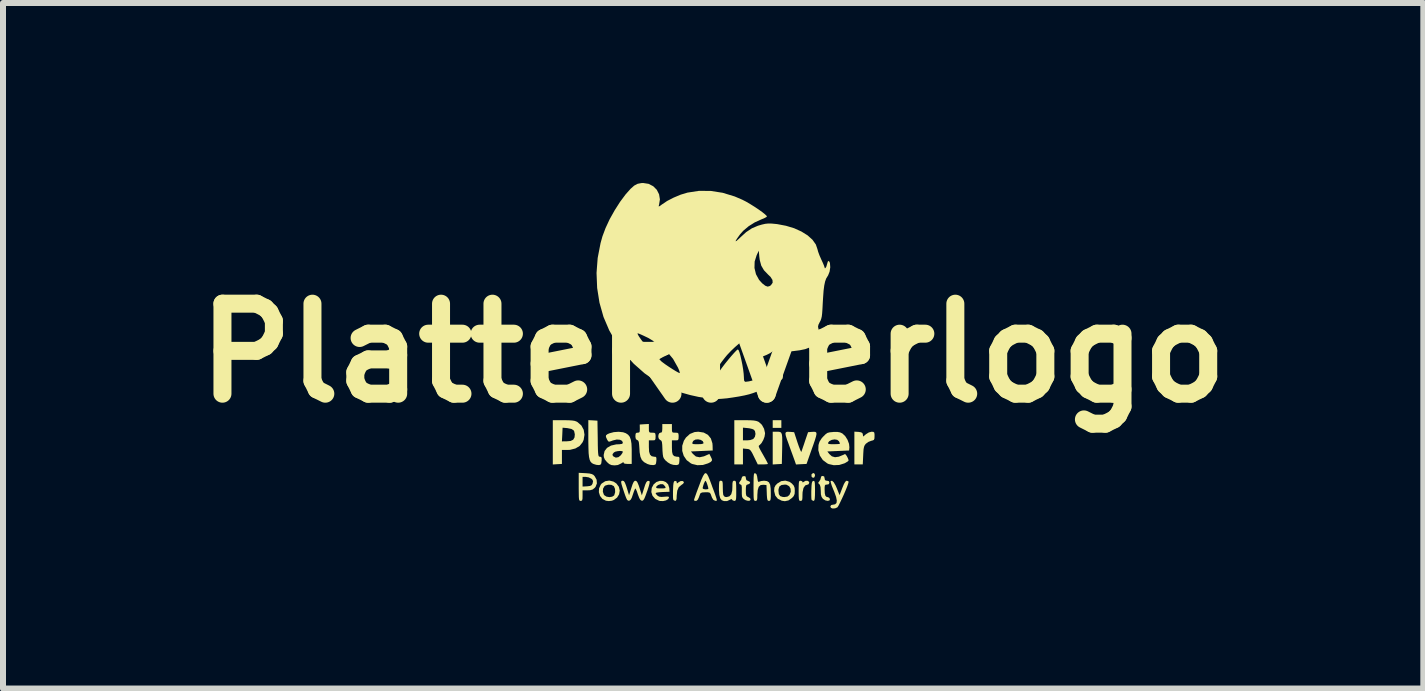
<source format=kicad_pcb>
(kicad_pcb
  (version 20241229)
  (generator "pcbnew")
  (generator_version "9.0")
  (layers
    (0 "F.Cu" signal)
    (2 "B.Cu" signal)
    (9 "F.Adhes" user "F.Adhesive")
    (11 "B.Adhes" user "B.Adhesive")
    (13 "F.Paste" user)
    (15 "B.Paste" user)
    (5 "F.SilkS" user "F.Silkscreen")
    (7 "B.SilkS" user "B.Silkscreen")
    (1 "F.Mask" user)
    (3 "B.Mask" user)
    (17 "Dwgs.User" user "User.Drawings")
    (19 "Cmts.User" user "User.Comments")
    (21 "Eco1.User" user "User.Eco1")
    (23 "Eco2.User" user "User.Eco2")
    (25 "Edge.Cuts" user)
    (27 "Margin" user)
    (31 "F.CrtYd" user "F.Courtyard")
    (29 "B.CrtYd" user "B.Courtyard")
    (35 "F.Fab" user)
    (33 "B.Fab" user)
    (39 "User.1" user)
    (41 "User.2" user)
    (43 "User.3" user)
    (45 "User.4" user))
  (footprint "PlatteRiverlogo"
    (layer "F.Cu")
    (at 8.836 2.833)
    (property "Reference" "PlatteRiverlogo" (at 0 0 0) (layer "F.SilkS") (effects (font (size 1.5 1.5) (thickness 0.3))))
    (attr board_only exclude_from_pos_files exclude_from_bom)
    (fp_poly (pts (xy 1.136 1.184) (xy 1.136 1.248) (xy 1.064 1.248) (xy 0.992 1.248) (xy 0.992 1.184) (xy 0.992 1.12) (xy 1.064 1.12) (xy 1.136 1.12)) (stroke (width 0) (type solid)) (fill yes) (layer "F.SilkS"))
    (fp_poly (pts (xy 1.692 2.015) (xy 1.697 2.041) (xy 1.687 2.071) (xy 1.665 2.081) (xy 1.644 2.067) (xy 1.639 2.057) (xy 1.638 2.023) (xy 1.661 2.003) (xy 1.673 2.001)) (stroke (width 0) (type solid)) (fill yes) (layer "F.SilkS"))
    (fp_poly (pts (xy 1.096 1.313) (xy 1.119 1.318) (xy 1.135 1.332) (xy 1.145 1.359) (xy 1.15 1.403) (xy 1.151 1.468) (xy 1.15 1.559) (xy 1.149 1.617) (xy 1.144 1.849) (xy 1.068 1.853) (xy 0.992 1.858) (xy 0.992 1.585) (xy 0.992 1.312) (xy 1.064 1.312)) (stroke (width 0) (type solid)) (fill yes) (layer "F.SilkS"))
    (fp_poly (pts (xy 1.681 2.132) (xy 1.689 2.143) (xy 1.694 2.169) (xy 1.696 2.217) (xy 1.697 2.29) (xy 1.697 2.296) (xy 1.696 2.372) (xy 1.693 2.422) (xy 1.688 2.451) (xy 1.679 2.463) (xy 1.672 2.465) (xy 1.645 2.453) (xy 1.639 2.444) (xy 1.636 2.419) (xy 1.635 2.371) (xy 1.635 2.308) (xy 1.636 2.28) (xy 1.639 2.21) (xy 1.644 2.167) (xy 1.652 2.143) (xy 1.664 2.133) (xy 1.669 2.132)) (stroke (width 0) (type solid)) (fill yes) (layer "F.SilkS"))
    (fp_poly (pts (xy -0.612 2.138) (xy -0.608 2.154) (xy -0.606 2.172) (xy -0.595 2.169) (xy -0.577 2.154) (xy -0.544 2.135) (xy -0.511 2.133) (xy -0.491 2.147) (xy -0.488 2.157) (xy -0.501 2.179) (xy -0.528 2.198) (xy -0.573 2.235) (xy -0.599 2.295) (xy -0.608 2.379) (xy -0.608 2.381) (xy -0.61 2.432) (xy -0.619 2.458) (xy -0.633 2.465) (xy -0.659 2.453) (xy -0.665 2.444) (xy -0.669 2.419) (xy -0.67 2.371) (xy -0.67 2.308) (xy -0.669 2.28) (xy -0.666 2.21) (xy -0.661 2.167) (xy -0.653 2.143) (xy -0.641 2.133) (xy -0.636 2.132)) (stroke (width 0) (type solid)) (fill yes) (layer "F.SilkS"))
    (fp_poly (pts (xy 2.421 1.315) (xy 2.465 1.322) (xy 2.487 1.335) (xy 2.494 1.357) (xy 2.499 1.393) (xy 2.547 1.353) (xy 2.594 1.324) (xy 2.64 1.312) (xy 2.642 1.312) (xy 2.671 1.315) (xy 2.685 1.327) (xy 2.689 1.359) (xy 2.689 1.383) (xy 2.687 1.427) (xy 2.677 1.449) (xy 2.653 1.459) (xy 2.635 1.463) (xy 2.586 1.482) (xy 2.544 1.513) (xy 2.526 1.536) (xy 2.514 1.564) (xy 2.506 1.605) (xy 2.502 1.665) (xy 2.5 1.705) (xy 2.493 1.857) (xy 2.423 1.857) (xy 2.353 1.857) (xy 2.353 1.584) (xy 2.353 1.311)) (stroke (width 0) (type solid)) (fill yes) (layer "F.SilkS"))
    (fp_poly (pts (xy -2.005 1.123) (xy -1.929 1.128) (xy -1.924 1.428) (xy -1.923 1.533) (xy -1.921 1.61) (xy -1.918 1.664) (xy -1.914 1.698) (xy -1.909 1.718) (xy -1.901 1.726) (xy -1.89 1.729) (xy -1.887 1.729) (xy -1.867 1.733) (xy -1.859 1.751) (xy -1.859 1.791) (xy -1.86 1.797) (xy -1.865 1.84) (xy -1.878 1.861) (xy -1.902 1.868) (xy -1.905 1.868) (xy -1.948 1.864) (xy -1.994 1.85) (xy -2.022 1.835) (xy -2.043 1.813) (xy -2.058 1.781) (xy -2.069 1.734) (xy -2.076 1.669) (xy -2.079 1.582) (xy -2.081 1.468) (xy -2.081 1.421) (xy -2.081 1.119)) (stroke (width 0) (type solid)) (fill yes) (layer "F.SilkS"))
    (fp_poly (pts (xy 1.482 2.137) (xy 1.488 2.148) (xy 1.493 2.159) (xy 1.508 2.148) (xy 1.54 2.13) (xy 1.573 2.13) (xy 1.597 2.146) (xy 1.601 2.161) (xy 1.59 2.187) (xy 1.576 2.193) (xy 1.534 2.207) (xy 1.505 2.249) (xy 1.49 2.318) (xy 1.488 2.361) (xy 1.487 2.417) (xy 1.483 2.448) (xy 1.473 2.462) (xy 1.456 2.465) (xy 1.442 2.463) (xy 1.433 2.453) (xy 1.428 2.429) (xy 1.425 2.386) (xy 1.424 2.318) (xy 1.424 2.297) (xy 1.425 2.222) (xy 1.427 2.173) (xy 1.431 2.145) (xy 1.439 2.132) (xy 1.452 2.129) (xy 1.456 2.129)) (stroke (width 0) (type solid)) (fill yes) (layer "F.SilkS"))
    (fp_poly (pts (xy 1.703 1.315) (xy 1.718 1.326) (xy 1.722 1.349) (xy 1.714 1.39) (xy 1.696 1.45) (xy 1.667 1.535) (xy 1.648 1.587) (xy 1.556 1.849) (xy 1.468 1.853) (xy 1.38 1.858) (xy 1.356 1.789) (xy 1.341 1.748) (xy 1.318 1.684) (xy 1.29 1.608) (xy 1.261 1.527) (xy 1.26 1.523) (xy 1.229 1.439) (xy 1.21 1.38) (xy 1.204 1.342) (xy 1.211 1.322) (xy 1.231 1.313) (xy 1.266 1.314) (xy 1.289 1.315) (xy 1.349 1.32) (xy 1.406 1.495) (xy 1.429 1.561) (xy 1.449 1.612) (xy 1.463 1.642) (xy 1.47 1.647) (xy 1.478 1.623) (xy 1.494 1.576) (xy 1.515 1.515) (xy 1.529 1.472) (xy 1.581 1.32) (xy 1.64 1.315) (xy 1.678 1.313)) (stroke (width 0) (type solid)) (fill yes) (layer "F.SilkS"))
    (fp_poly (pts (xy 1.85 2.058) (xy 1.857 2.089) (xy 1.863 2.119) (xy 1.889 2.129) (xy 1.897 2.129) (xy 1.928 2.136) (xy 1.937 2.161) (xy 1.927 2.186) (xy 1.897 2.193) (xy 1.873 2.195) (xy 1.861 2.209) (xy 1.857 2.241) (xy 1.857 2.271) (xy 1.86 2.339) (xy 1.87 2.38) (xy 1.889 2.398) (xy 1.905 2.401) (xy 1.931 2.411) (xy 1.946 2.434) (xy 1.941 2.455) (xy 1.911 2.465) (xy 1.87 2.457) (xy 1.831 2.432) (xy 1.827 2.428) (xy 1.806 2.397) (xy 1.795 2.356) (xy 1.793 2.297) (xy 1.789 2.235) (xy 1.778 2.198) (xy 1.767 2.185) (xy 1.75 2.168) (xy 1.757 2.151) (xy 1.767 2.141) (xy 1.788 2.106) (xy 1.793 2.082) (xy 1.803 2.054) (xy 1.825 2.049)) (stroke (width 0) (type solid)) (fill yes) (layer "F.SilkS"))
    (fp_poly (pts (xy -2.493 1.12) (xy -2.41 1.121) (xy -2.351 1.125) (xy -2.31 1.131) (xy -2.279 1.142) (xy -2.261 1.152) (xy -2.197 1.208) (xy -2.158 1.28) (xy -2.145 1.362) (xy -2.159 1.448) (xy -2.176 1.487) (xy -2.225 1.549) (xy -2.296 1.591) (xy -2.386 1.614) (xy -2.434 1.616) (xy -2.521 1.616) (xy -2.521 1.733) (xy -2.521 1.849) (xy -2.597 1.853) (xy -2.673 1.858) (xy -2.673 1.489) (xy -2.673 1.473) (xy -2.521 1.473) (xy -2.442 1.472) (xy -2.376 1.466) (xy -2.334 1.446) (xy -2.311 1.407) (xy -2.306 1.355) (xy -2.317 1.304) (xy -2.326 1.289) (xy -2.362 1.266) (xy -2.426 1.253) (xy -2.429 1.252) (xy -2.51 1.245) (xy -2.515 1.359) (xy -2.521 1.473) (xy -2.673 1.473) (xy -2.673 1.12)) (stroke (width 0) (type solid)) (fill yes) (layer "F.SilkS"))
    (fp_poly (pts (xy -1.662 2.143) (xy -1.613 2.175) (xy -1.572 2.23) (xy -1.557 2.293) (xy -1.568 2.355) (xy -1.602 2.41) (xy -1.657 2.45) (xy -1.689 2.462) (xy -1.74 2.468) (xy -1.788 2.462) (xy -1.846 2.432) (xy -1.886 2.382) (xy -1.905 2.321) (xy -1.905 2.311) (xy -1.839 2.311) (xy -1.823 2.359) (xy -1.814 2.371) (xy -1.778 2.394) (xy -1.73 2.402) (xy -1.684 2.395) (xy -1.652 2.375) (xy -1.649 2.37) (xy -1.634 2.32) (xy -1.636 2.266) (xy -1.653 2.224) (xy -1.658 2.218) (xy -1.698 2.197) (xy -1.749 2.195) (xy -1.797 2.209) (xy -1.811 2.219) (xy -1.835 2.259) (xy -1.839 2.311) (xy -1.905 2.311) (xy -1.902 2.256) (xy -1.875 2.196) (xy -1.858 2.175) (xy -1.799 2.137) (xy -1.731 2.126)) (stroke (width 0) (type solid)) (fill yes) (layer "F.SilkS"))
    (fp_poly (pts (xy 2.252 2.138) (xy 2.257 2.149) (xy 2.25 2.176) (xy 2.233 2.225) (xy 2.208 2.287) (xy 2.178 2.357) (xy 2.146 2.427) (xy 2.116 2.49) (xy 2.091 2.54) (xy 2.073 2.569) (xy 2.069 2.573) (xy 2.033 2.589) (xy 1.992 2.592) (xy 1.963 2.582) (xy 1.963 2.582) (xy 1.952 2.555) (xy 1.967 2.534) (xy 1.991 2.529) (xy 2.031 2.522) (xy 2.055 2.5) (xy 2.06 2.459) (xy 2.048 2.398) (xy 2.018 2.314) (xy 1.999 2.269) (xy 1.976 2.211) (xy 1.962 2.165) (xy 1.957 2.137) (xy 1.958 2.134) (xy 1.981 2.129) (xy 2.009 2.155) (xy 2.04 2.208) (xy 2.063 2.261) (xy 2.106 2.369) (xy 2.152 2.249) (xy 2.179 2.184) (xy 2.201 2.146) (xy 2.22 2.13) (xy 2.227 2.129)) (stroke (width 0) (type solid)) (fill yes) (layer "F.SilkS"))
    (fp_poly (pts (xy 0.535 2.054) (xy 0.544 2.077) (xy 0.544 2.086) (xy 0.553 2.119) (xy 0.58 2.132) (xy 0.608 2.145) (xy 0.616 2.161) (xy 0.603 2.181) (xy 0.58 2.19) (xy 0.56 2.196) (xy 0.549 2.211) (xy 0.545 2.245) (xy 0.544 2.29) (xy 0.545 2.344) (xy 0.551 2.375) (xy 0.565 2.392) (xy 0.584 2.401) (xy 0.614 2.42) (xy 0.624 2.44) (xy 0.612 2.46) (xy 0.581 2.464) (xy 0.542 2.454) (xy 0.511 2.435) (xy 0.491 2.415) (xy 0.48 2.389) (xy 0.477 2.349) (xy 0.477 2.299) (xy 0.477 2.24) (xy 0.473 2.207) (xy 0.463 2.194) (xy 0.456 2.193) (xy 0.436 2.182) (xy 0.434 2.157) (xy 0.451 2.134) (xy 0.452 2.133) (xy 0.469 2.108) (xy 0.472 2.089) (xy 0.485 2.06) (xy 0.508 2.052)) (stroke (width 0) (type solid)) (fill yes) (layer "F.SilkS"))
    (fp_poly (pts (xy 1.27 2.146) (xy 1.311 2.175) (xy 1.343 2.211) (xy 1.357 2.248) (xy 1.36 2.297) (xy 1.357 2.349) (xy 1.341 2.386) (xy 1.313 2.416) (xy 1.255 2.457) (xy 1.195 2.47) (xy 1.143 2.462) (xy 1.078 2.43) (xy 1.035 2.377) (xy 1.017 2.306) (xy 1.016 2.294) (xy 1.016 2.294) (xy 1.088 2.294) (xy 1.094 2.352) (xy 1.116 2.385) (xy 1.158 2.399) (xy 1.187 2.401) (xy 1.237 2.393) (xy 1.269 2.368) (xy 1.271 2.365) (xy 1.293 2.313) (xy 1.29 2.262) (xy 1.266 2.22) (xy 1.223 2.196) (xy 1.198 2.193) (xy 1.139 2.2) (xy 1.104 2.224) (xy 1.089 2.27) (xy 1.088 2.294) (xy 1.016 2.294) (xy 1.02 2.243) (xy 1.038 2.207) (xy 1.069 2.175) (xy 1.133 2.136) (xy 1.203 2.127)) (stroke (width 0) (type solid)) (fill yes) (layer "F.SilkS"))
    (fp_poly (pts (xy -2.127 2.003) (xy -2.065 2.008) (xy -2.025 2.017) (xy -1.997 2.031) (xy -1.975 2.054) (xy -1.943 2.112) (xy -1.938 2.174) (xy -1.961 2.232) (xy -1.976 2.249) (xy -2.009 2.275) (xy -2.051 2.287) (xy -2.096 2.289) (xy -2.177 2.289) (xy -2.177 2.377) (xy -2.178 2.428) (xy -2.184 2.454) (xy -2.197 2.464) (xy -2.209 2.465) (xy -2.221 2.463) (xy -2.23 2.455) (xy -2.236 2.436) (xy -2.239 2.401) (xy -2.24 2.344) (xy -2.241 2.262) (xy -2.241 2.231) (xy -2.241 2.146) (xy -2.177 2.146) (xy -2.177 2.226) (xy -2.101 2.222) (xy -2.053 2.216) (xy -2.027 2.204) (xy -2.012 2.18) (xy -2.009 2.171) (xy -2.002 2.135) (xy -2.015 2.109) (xy -2.031 2.095) (xy -2.074 2.073) (xy -2.122 2.065) (xy -2.177 2.065) (xy -2.177 2.146) (xy -2.241 2.146) (xy -2.241 1.997)) (stroke (width 0) (type solid)) (fill yes) (layer "F.SilkS"))
    (fp_poly (pts (xy 0.366 2.131) (xy 0.376 2.141) (xy 0.381 2.165) (xy 0.383 2.208) (xy 0.384 2.276) (xy 0.384 2.297) (xy 0.384 2.372) (xy 0.382 2.421) (xy 0.377 2.448) (xy 0.369 2.461) (xy 0.356 2.465) (xy 0.353 2.465) (xy 0.325 2.456) (xy 0.316 2.445) (xy 0.304 2.433) (xy 0.287 2.442) (xy 0.231 2.468) (xy 0.18 2.468) (xy 0.142 2.453) (xy 0.117 2.42) (xy 0.102 2.364) (xy 0.096 2.282) (xy 0.096 2.261) (xy 0.097 2.196) (xy 0.1 2.157) (xy 0.106 2.136) (xy 0.118 2.129) (xy 0.128 2.129) (xy 0.145 2.132) (xy 0.155 2.145) (xy 0.159 2.177) (xy 0.16 2.233) (xy 0.16 2.239) (xy 0.162 2.313) (xy 0.167 2.361) (xy 0.18 2.387) (xy 0.202 2.399) (xy 0.225 2.401) (xy 0.27 2.389) (xy 0.301 2.354) (xy 0.317 2.293) (xy 0.32 2.229) (xy 0.321 2.174) (xy 0.326 2.144) (xy 0.337 2.131) (xy 0.352 2.129)) (stroke (width 0) (type solid)) (fill yes) (layer "F.SilkS"))
    (fp_poly (pts (xy -0.837 2.132) (xy -0.788 2.152) (xy -0.75 2.191) (xy -0.732 2.249) (xy -0.731 2.259) (xy -0.728 2.313) (xy -0.844 2.317) (xy -0.901 2.321) (xy -0.942 2.327) (xy -0.96 2.334) (xy -0.96 2.335) (xy -0.95 2.354) (xy -0.929 2.377) (xy -0.901 2.394) (xy -0.863 2.399) (xy -0.817 2.396) (xy -0.767 2.392) (xy -0.742 2.396) (xy -0.736 2.409) (xy -0.751 2.436) (xy -0.787 2.457) (xy -0.836 2.468) (xy -0.889 2.466) (xy -0.901 2.463) (xy -0.966 2.431) (xy -1.011 2.38) (xy -1.031 2.317) (xy -1.024 2.248) (xy -1.024 2.248) (xy -1.023 2.246) (xy -0.95 2.246) (xy -0.934 2.254) (xy -0.894 2.257) (xy -0.871 2.257) (xy -0.821 2.256) (xy -0.798 2.251) (xy -0.793 2.241) (xy -0.799 2.227) (xy -0.824 2.197) (xy -0.84 2.187) (xy -0.878 2.186) (xy -0.92 2.201) (xy -0.948 2.227) (xy -0.95 2.231) (xy -0.95 2.246) (xy -1.023 2.246) (xy -0.992 2.189) (xy -0.946 2.15) (xy -0.892 2.131)) (stroke (width 0) (type solid)) (fill yes) (layer "F.SilkS"))
    (fp_poly (pts (xy -0.158 1.326) (xy -0.088 1.364) (xy -0.039 1.424) (xy -0.013 1.505) (xy -0.01 1.542) (xy -0.008 1.625) (xy -0.19 1.633) (xy -0.371 1.641) (xy -0.337 1.683) (xy -0.288 1.725) (xy -0.227 1.738) (xy -0.154 1.722) (xy -0.137 1.715) (xy -0.064 1.682) (xy -0.04 1.729) (xy -0.021 1.77) (xy -0.022 1.796) (xy -0.044 1.818) (xy -0.085 1.839) (xy -0.171 1.866) (xy -0.263 1.87) (xy -0.348 1.85) (xy -0.371 1.84) (xy -0.442 1.786) (xy -0.491 1.714) (xy -0.516 1.632) (xy -0.516 1.546) (xy -0.5 1.498) (xy -0.348 1.498) (xy -0.346 1.512) (xy -0.324 1.519) (xy -0.278 1.52) (xy -0.256 1.52) (xy -0.197 1.518) (xy -0.167 1.51) (xy -0.16 1.5) (xy -0.174 1.469) (xy -0.208 1.448) (xy -0.252 1.439) (xy -0.296 1.443) (xy -0.329 1.462) (xy -0.336 1.471) (xy -0.348 1.498) (xy -0.5 1.498) (xy -0.489 1.463) (xy -0.454 1.409) (xy -0.388 1.349) (xy -0.311 1.318) (xy -0.248 1.312)) (stroke (width 0) (type solid)) (fill yes) (layer "F.SilkS"))
    (fp_poly (pts (xy 0.7 2.004) (xy 0.72 2.018) (xy 0.732 2.055) (xy 0.736 2.084) (xy 0.743 2.129) (xy 0.752 2.148) (xy 0.766 2.146) (xy 0.768 2.144) (xy 0.8 2.134) (xy 0.845 2.129) (xy 0.851 2.129) (xy 0.897 2.135) (xy 0.929 2.155) (xy 0.949 2.195) (xy 0.958 2.259) (xy 0.96 2.332) (xy 0.96 2.397) (xy 0.957 2.437) (xy 0.95 2.457) (xy 0.938 2.464) (xy 0.929 2.465) (xy 0.913 2.462) (xy 0.904 2.448) (xy 0.898 2.419) (xy 0.894 2.366) (xy 0.893 2.333) (xy 0.888 2.201) (xy 0.838 2.196) (xy 0.791 2.201) (xy 0.759 2.23) (xy 0.742 2.285) (xy 0.736 2.364) (xy 0.735 2.419) (xy 0.73 2.45) (xy 0.72 2.462) (xy 0.704 2.465) (xy 0.692 2.463) (xy 0.683 2.455) (xy 0.677 2.436) (xy 0.674 2.4) (xy 0.673 2.344) (xy 0.672 2.262) (xy 0.672 2.232) (xy 0.673 2.141) (xy 0.674 2.077) (xy 0.677 2.036) (xy 0.681 2.013) (xy 0.689 2.004) (xy 0.7 2.004)) (stroke (width 0) (type solid)) (fill yes) (layer "F.SilkS"))
    (fp_poly (pts (xy -1.072 1.256) (xy -1.071 1.3) (xy -1.063 1.321) (xy -1.042 1.328) (xy -1.016 1.328) (xy -0.98 1.33) (xy -0.965 1.342) (xy -0.96 1.374) (xy -0.96 1.392) (xy -0.962 1.433) (xy -0.972 1.452) (xy -1 1.456) (xy -1.016 1.456) (xy -1.072 1.456) (xy -1.072 1.567) (xy -1.068 1.644) (xy -1.053 1.693) (xy -1.026 1.72) (xy -0.984 1.729) (xy -0.982 1.729) (xy -0.957 1.731) (xy -0.947 1.746) (xy -0.946 1.78) (xy -0.947 1.797) (xy -0.953 1.84) (xy -0.964 1.86) (xy -0.99 1.867) (xy -1 1.868) (xy -1.051 1.864) (xy -1.096 1.85) (xy -1.152 1.819) (xy -1.19 1.781) (xy -1.213 1.728) (xy -1.226 1.654) (xy -1.229 1.602) (xy -1.234 1.532) (xy -1.239 1.489) (xy -1.247 1.465) (xy -1.26 1.453) (xy -1.266 1.451) (xy -1.288 1.436) (xy -1.296 1.4) (xy -1.296 1.386) (xy -1.293 1.347) (xy -1.281 1.331) (xy -1.259 1.328) (xy -1.235 1.325) (xy -1.225 1.309) (xy -1.223 1.271) (xy -1.223 1.26) (xy -1.224 1.192) (xy -1.148 1.187) (xy -1.072 1.183)) (stroke (width 0) (type solid)) (fill yes) (layer "F.SilkS"))
    (fp_poly (pts (xy -0.688 1.256) (xy -0.687 1.301) (xy -0.679 1.322) (xy -0.657 1.328) (xy -0.632 1.328) (xy -0.596 1.33) (xy -0.58 1.342) (xy -0.576 1.374) (xy -0.576 1.392) (xy -0.578 1.433) (xy -0.588 1.452) (xy -0.616 1.456) (xy -0.632 1.456) (xy -0.688 1.456) (xy -0.688 1.576) (xy -0.685 1.648) (xy -0.674 1.693) (xy -0.651 1.718) (xy -0.613 1.728) (xy -0.592 1.729) (xy -0.571 1.732) (xy -0.562 1.749) (xy -0.563 1.788) (xy -0.563 1.797) (xy -0.568 1.84) (xy -0.58 1.86) (xy -0.606 1.867) (xy -0.616 1.868) (xy -0.666 1.864) (xy -0.712 1.85) (xy -0.757 1.823) (xy -0.8 1.786) (xy -0.8 1.785) (xy -0.82 1.76) (xy -0.833 1.732) (xy -0.84 1.691) (xy -0.845 1.63) (xy -0.846 1.601) (xy -0.849 1.532) (xy -0.854 1.489) (xy -0.862 1.465) (xy -0.875 1.454) (xy -0.882 1.451) (xy -0.904 1.433) (xy -0.915 1.399) (xy -0.912 1.363) (xy -0.898 1.336) (xy -0.88 1.328) (xy -0.86 1.324) (xy -0.851 1.304) (xy -0.848 1.262) (xy -0.848 1.256) (xy -0.848 1.184) (xy -0.768 1.184) (xy -0.688 1.184)) (stroke (width 0) (type solid)) (fill yes) (layer "F.SilkS"))
    (fp_poly (pts (xy -1.278 2.136) (xy -1.261 2.16) (xy -1.242 2.206) (xy -1.227 2.251) (xy -1.189 2.373) (xy -1.154 2.26) (xy -1.132 2.192) (xy -1.113 2.151) (xy -1.093 2.132) (xy -1.071 2.132) (xy -1.066 2.134) (xy -1.058 2.145) (xy -1.061 2.172) (xy -1.073 2.22) (xy -1.096 2.292) (xy -1.101 2.304) (xy -1.127 2.377) (xy -1.146 2.424) (xy -1.162 2.45) (xy -1.176 2.461) (xy -1.19 2.462) (xy -1.212 2.45) (xy -1.231 2.419) (xy -1.253 2.363) (xy -1.255 2.357) (xy -1.272 2.306) (xy -1.288 2.27) (xy -1.297 2.257) (xy -1.306 2.271) (xy -1.321 2.307) (xy -1.338 2.357) (xy -1.358 2.415) (xy -1.377 2.447) (xy -1.397 2.461) (xy -1.402 2.462) (xy -1.419 2.46) (xy -1.434 2.448) (xy -1.449 2.419) (xy -1.469 2.367) (xy -1.486 2.317) (xy -1.512 2.238) (xy -1.528 2.185) (xy -1.534 2.153) (xy -1.531 2.136) (xy -1.519 2.129) (xy -1.506 2.129) (xy -1.488 2.136) (xy -1.472 2.16) (xy -1.453 2.207) (xy -1.439 2.25) (xy -1.402 2.371) (xy -1.364 2.25) (xy -1.343 2.186) (xy -1.325 2.148) (xy -1.308 2.131) (xy -1.296 2.129)) (stroke (width 0) (type solid)) (fill yes) (layer "F.SilkS"))
    (fp_poly (pts (xy -0.104 2.016) (xy -0.082 2.055) (xy -0.056 2.118) (xy -0.024 2.204) (xy -0.017 2.225) (xy 0.017 2.315) (xy 0.04 2.38) (xy 0.054 2.423) (xy 0.06 2.449) (xy 0.059 2.461) (xy 0.051 2.465) (xy 0.037 2.463) (xy 0.031 2.462) (xy 0.003 2.448) (xy -0.019 2.412) (xy -0.028 2.389) (xy -0.043 2.348) (xy -0.059 2.328) (xy -0.088 2.321) (xy -0.13 2.321) (xy -0.181 2.324) (xy -0.208 2.334) (xy -0.218 2.349) (xy -0.24 2.41) (xy -0.258 2.446) (xy -0.277 2.462) (xy -0.29 2.465) (xy -0.315 2.46) (xy -0.32 2.453) (xy -0.315 2.433) (xy -0.301 2.392) (xy -0.282 2.338) (xy -0.279 2.329) (xy -0.251 2.254) (xy -0.176 2.254) (xy -0.162 2.267) (xy -0.129 2.273) (xy -0.128 2.273) (xy -0.094 2.27) (xy -0.08 2.263) (xy -0.08 2.263) (xy -0.085 2.236) (xy -0.096 2.198) (xy -0.11 2.159) (xy -0.123 2.133) (xy -0.127 2.129) (xy -0.139 2.142) (xy -0.154 2.174) (xy -0.167 2.213) (xy -0.175 2.246) (xy -0.176 2.254) (xy -0.251 2.254) (xy -0.233 2.207) (xy -0.198 2.114) (xy -0.169 2.05) (xy -0.145 2.012) (xy -0.124 2.001)) (stroke (width 0) (type solid)) (fill yes) (layer "F.SilkS"))
    (fp_poly (pts (xy 0.532 1.12) (xy 0.616 1.121) (xy 0.676 1.125) (xy 0.717 1.132) (xy 0.748 1.143) (xy 0.762 1.151) (xy 0.812 1.197) (xy 0.848 1.263) (xy 0.864 1.334) (xy 0.864 1.343) (xy 0.856 1.394) (xy 0.835 1.45) (xy 0.806 1.5) (xy 0.777 1.532) (xy 0.774 1.534) (xy 0.761 1.545) (xy 0.76 1.562) (xy 0.774 1.593) (xy 0.796 1.634) (xy 0.845 1.72) (xy 0.879 1.781) (xy 0.9 1.821) (xy 0.91 1.843) (xy 0.912 1.849) (xy 0.898 1.853) (xy 0.861 1.856) (xy 0.827 1.857) (xy 0.743 1.857) (xy 0.681 1.73) (xy 0.651 1.669) (xy 0.628 1.631) (xy 0.609 1.611) (xy 0.586 1.601) (xy 0.558 1.598) (xy 0.496 1.592) (xy 0.496 1.724) (xy 0.496 1.857) (xy 0.424 1.857) (xy 0.352 1.857) (xy 0.352 1.488) (xy 0.352 1.35) (xy 0.496 1.35) (xy 0.496 1.456) (xy 0.565 1.456) (xy 0.617 1.451) (xy 0.661 1.436) (xy 0.669 1.432) (xy 0.695 1.397) (xy 0.705 1.35) (xy 0.697 1.304) (xy 0.68 1.28) (xy 0.65 1.266) (xy 0.602 1.255) (xy 0.576 1.252) (xy 0.496 1.244) (xy 0.496 1.35) (xy 0.352 1.35) (xy 0.352 1.12)) (stroke (width 0) (type solid)) (fill yes) (layer "F.SilkS"))
    (fp_poly (pts (xy 2.114 1.323) (xy 2.153 1.341) (xy 2.154 1.342) (xy 2.2 1.385) (xy 2.239 1.447) (xy 2.264 1.515) (xy 2.27 1.572) (xy 2.265 1.625) (xy 2.083 1.633) (xy 1.902 1.641) (xy 1.935 1.683) (xy 1.978 1.722) (xy 2.03 1.737) (xy 2.094 1.728) (xy 2.175 1.695) (xy 2.196 1.684) (xy 2.209 1.693) (xy 2.228 1.72) (xy 2.245 1.754) (xy 2.256 1.784) (xy 2.257 1.79) (xy 2.244 1.806) (xy 2.21 1.827) (xy 2.188 1.839) (xy 2.101 1.866) (xy 2.01 1.87) (xy 1.925 1.851) (xy 1.902 1.84) (xy 1.827 1.784) (xy 1.777 1.709) (xy 1.752 1.62) (xy 1.755 1.534) (xy 1.762 1.509) (xy 1.915 1.509) (xy 1.931 1.517) (xy 1.97 1.52) (xy 2.009 1.52) (xy 2.062 1.519) (xy 2.099 1.516) (xy 2.113 1.511) (xy 2.106 1.492) (xy 2.096 1.471) (xy 2.067 1.447) (xy 2.023 1.44) (xy 1.975 1.448) (xy 1.935 1.469) (xy 1.915 1.496) (xy 1.915 1.509) (xy 1.762 1.509) (xy 1.773 1.476) (xy 1.81 1.419) (xy 1.833 1.394) (xy 1.873 1.354) (xy 1.904 1.332) (xy 1.942 1.322) (xy 1.997 1.317) (xy 2.003 1.316) (xy 2.068 1.315)) (stroke (width 0) (type solid)) (fill yes) (layer "F.SilkS"))
    (fp_poly (pts (xy -1.501 1.321) (xy -1.456 1.337) (xy -1.418 1.362) (xy -1.391 1.396) (xy -1.373 1.444) (xy -1.362 1.51) (xy -1.358 1.601) (xy -1.358 1.655) (xy -1.358 1.849) (xy -1.427 1.849) (xy -1.473 1.845) (xy -1.492 1.835) (xy -1.492 1.827) (xy -1.498 1.819) (xy -1.525 1.835) (xy -1.53 1.839) (xy -1.589 1.867) (xy -1.644 1.873) (xy -1.695 1.868) (xy -1.733 1.851) (xy -1.77 1.818) (xy -1.806 1.775) (xy -1.822 1.735) (xy -1.825 1.7) (xy -1.822 1.687) (xy -1.678 1.687) (xy -1.674 1.711) (xy -1.661 1.725) (xy -1.623 1.744) (xy -1.579 1.736) (xy -1.539 1.704) (xy -1.538 1.702) (xy -1.515 1.67) (xy -1.505 1.647) (xy -1.504 1.646) (xy -1.518 1.636) (xy -1.551 1.632) (xy -1.593 1.636) (xy -1.632 1.645) (xy -1.655 1.658) (xy -1.678 1.687) (xy -1.822 1.687) (xy -1.81 1.634) (xy -1.769 1.581) (xy -1.703 1.543) (xy -1.616 1.523) (xy -1.564 1.521) (xy -1.521 1.515) (xy -1.505 1.501) (xy -1.504 1.5) (xy -1.518 1.465) (xy -1.554 1.446) (xy -1.607 1.442) (xy -1.671 1.457) (xy -1.689 1.464) (xy -1.726 1.477) (xy -1.746 1.475) (xy -1.763 1.452) (xy -1.769 1.44) (xy -1.788 1.398) (xy -1.786 1.372) (xy -1.761 1.352) (xy -1.728 1.338) (xy -1.656 1.319) (xy -1.576 1.313)) (stroke (width 0) (type solid)) (fill yes) (layer "F.SilkS"))
    (fp_poly (pts (xy -1.076 -2.819) (xy -0.999 -2.779) (xy -0.94 -2.72) (xy -0.902 -2.645) (xy -0.888 -2.56) (xy -0.902 -2.471) (xy -0.907 -2.454) (xy -0.908 -2.442) (xy -0.89 -2.449) (xy -0.855 -2.475) (xy -0.767 -2.534) (xy -0.658 -2.59) (xy -0.541 -2.639) (xy -0.428 -2.673) (xy -0.238 -2.702) (xy -0.041 -2.701) (xy 0.158 -2.67) (xy 0.358 -2.609) (xy 0.484 -2.555) (xy 0.547 -2.523) (xy 0.617 -2.482) (xy 0.689 -2.437) (xy 0.758 -2.391) (xy 0.818 -2.348) (xy 0.864 -2.311) (xy 0.891 -2.285) (xy 0.896 -2.275) (xy 0.882 -2.263) (xy 0.846 -2.244) (xy 0.801 -2.226) (xy 0.693 -2.177) (xy 0.59 -2.112) (xy 0.501 -2.037) (xy 0.449 -1.979) (xy 0.403 -1.915) (xy 0.378 -1.876) (xy 0.374 -1.861) (xy 0.391 -1.87) (xy 0.428 -1.903) (xy 0.453 -1.927) (xy 0.55 -2.015) (xy 0.645 -2.078) (xy 0.746 -2.121) (xy 0.811 -2.14) (xy 0.868 -2.153) (xy 0.919 -2.158) (xy 0.975 -2.157) (xy 1.048 -2.15) (xy 1.067 -2.148) (xy 1.214 -2.12) (xy 1.35 -2.079) (xy 1.471 -2.024) (xy 1.574 -1.96) (xy 1.655 -1.887) (xy 1.711 -1.808) (xy 1.737 -1.732) (xy 1.749 -1.688) (xy 1.771 -1.628) (xy 1.799 -1.564) (xy 1.802 -1.557) (xy 1.828 -1.501) (xy 1.847 -1.455) (xy 1.856 -1.427) (xy 1.857 -1.424) (xy 1.862 -1.41) (xy 1.873 -1.418) (xy 1.887 -1.443) (xy 1.897 -1.479) (xy 1.898 -1.481) (xy 1.91 -1.523) (xy 1.925 -1.535) (xy 1.94 -1.516) (xy 1.946 -1.496) (xy 1.951 -1.429) (xy 1.94 -1.356) (xy 1.915 -1.293) (xy 1.906 -1.279) (xy 1.883 -1.241) (xy 1.865 -1.191) (xy 1.851 -1.125) (xy 1.84 -1.04) (xy 1.832 -0.929) (xy 1.826 -0.832) (xy 1.821 -0.734) (xy 1.816 -0.662) (xy 1.81 -0.61) (xy 1.801 -0.572) (xy 1.79 -0.541) (xy 1.776 -0.515) (xy 1.754 -0.471) (xy 1.747 -0.438) (xy 1.754 -0.404) (xy 1.757 -0.395) (xy 1.773 -0.328) (xy 1.775 -0.262) (xy 1.762 -0.211) (xy 1.761 -0.209) (xy 1.74 -0.186) (xy 1.701 -0.153) (xy 1.661 -0.124) (xy 1.599 -0.089) (xy 1.533 -0.064) (xy 1.45 -0.047) (xy 1.448 -0.046) (xy 1.322 -0.03) (xy 1.22 -0.025) (xy 1.144 -0.031) (xy 1.096 -0.05) (xy 1.091 -0.054) (xy 1.07 -0.07) (xy 1.053 -0.072) (xy 1.029 -0.058) (xy 0.993 -0.028) (xy 0.949 0.002) (xy 0.894 0.03) (xy 0.836 0.054) (xy 0.783 0.069) (xy 0.744 0.074) (xy 0.734 0.071) (xy 0.725 0.051) (xy 0.721 0.011) (xy 0.72 -0.002) (xy 0.712 -0.059) (xy 0.693 -0.118) (xy 0.689 -0.126) (xy 0.668 -0.159) (xy 0.635 -0.201) (xy 0.595 -0.247) (xy 0.555 -0.291) (xy 0.52 -0.326) (xy 0.494 -0.345) (xy 0.486 -0.347) (xy 0.487 -0.33) (xy 0.499 -0.295) (xy 0.503 -0.286) (xy 0.526 -0.231) (xy 0.425 -0.152) (xy 0.363 -0.098) (xy 0.296 -0.034) (xy 0.236 0.029) (xy 0.233 0.032) (xy 0.196 0.077) (xy 0.15 0.136) (xy 0.101 0.203) (xy 0.051 0.273) (xy 0.004 0.34) (xy -0.036 0.4) (xy -0.065 0.447) (xy -0.079 0.475) (xy -0.08 0.479) (xy -0.066 0.489) (xy -0.034 0.499) (xy 0.005 0.505) (xy 0.036 0.507) (xy 0.046 0.504) (xy 0.046 0.485) (xy 0.037 0.461) (xy 0.032 0.44) (xy 0.038 0.414) (xy 0.057 0.376) (xy 0.092 0.322) (xy 0.103 0.306) (xy 0.146 0.246) (xy 0.196 0.18) (xy 0.25 0.113) (xy 0.302 0.051) (xy 0.349 -0.002) (xy 0.386 -0.041) (xy 0.409 -0.059) (xy 0.41 -0.06) (xy 0.423 -0.048) (xy 0.438 -0.011) (xy 0.454 0.046) (xy 0.47 0.116) (xy 0.486 0.194) (xy 0.499 0.273) (xy 0.508 0.347) (xy 0.512 0.411) (xy 0.512 0.42) (xy 0.516 0.461) (xy 0.529 0.478) (xy 0.54 0.48) (xy 0.595 0.473) (xy 0.67 0.455) (xy 0.758 0.429) (xy 0.85 0.396) (xy 0.924 0.366) (xy 1.008 0.331) (xy 1.068 0.313) (xy 1.107 0.31) (xy 1.112 0.311) (xy 1.148 0.334) (xy 1.164 0.374) (xy 1.158 0.42) (xy 1.154 0.428) (xy 1.13 0.452) (xy 1.081 0.484) (xy 1.013 0.521) (xy 0.932 0.56) (xy 0.843 0.6) (xy 0.752 0.636) (xy 0.664 0.668) (xy 0.601 0.688) (xy 0.522 0.707) (xy 0.429 0.725) (xy 0.329 0.741) (xy 0.232 0.755) (xy 0.144 0.763) (xy 0.075 0.767) (xy 0.048 0.766) (xy 0.022 0.764) (xy -0.027 0.759) (xy -0.091 0.753) (xy -0.12 0.75) (xy -0.243 0.732) (xy -0.383 0.701) (xy -0.526 0.661) (xy -0.662 0.615) (xy -0.744 0.581) (xy -0.948 0.474) (xy -1.143 0.339) (xy -1.324 0.179) (xy -1.487 0.000285) (xy -1.629 -0.195) (xy -1.705 -0.329) (xy -1.261 -0.329) (xy -1.257 -0.311) (xy -1.237 -0.275) (xy -1.203 -0.226) (xy -1.16 -0.168) (xy -1.112 -0.108) (xy -1.063 -0.051) (xy -1.04 -0.026) (xy -0.982 0.033) (xy -0.918 0.093) (xy -0.86 0.143) (xy -0.847 0.153) (xy -0.797 0.19) (xy -0.738 0.23) (xy -0.678 0.269) (xy -0.624 0.302) (xy -0.581 0.326) (xy -0.557 0.335) (xy -0.557 0.336) (xy -0.557 0.323) (xy -0.568 0.288) (xy -0.587 0.244) (xy -0.669 0.098) (xy -0.779 -0.034) (xy -0.915 -0.149) (xy -1.075 -0.247) (xy -1.095 -0.257) (xy -1.16 -0.288) (xy -1.213 -0.312) (xy -1.249 -0.326) (xy -1.261 -0.329) (xy -1.705 -0.329) (xy -1.732 -0.376) (xy -1.828 -0.601) (xy -1.895 -0.838) (xy -1.934 -1.084) (xy -1.944 -1.333) (xy -1.938 -1.417) (xy 0.688 -1.417) (xy 0.713 -1.313) (xy 0.765 -1.218) (xy 0.817 -1.161) (xy 0.868 -1.121) (xy 0.908 -1.106) (xy 0.943 -1.116) (xy 0.963 -1.131) (xy 0.991 -1.171) (xy 0.988 -1.217) (xy 0.955 -1.269) (xy 0.915 -1.307) (xy 0.846 -1.379) (xy 0.801 -1.456) (xy 0.776 -1.549) (xy 0.769 -1.601) (xy 0.76 -1.705) (xy 0.724 -1.629) (xy 0.691 -1.524) (xy 0.688 -1.417) (xy -1.938 -1.417) (xy -1.925 -1.584) (xy -1.877 -1.832) (xy -1.846 -1.943) (xy -1.794 -2.082) (xy -1.725 -2.23) (xy -1.642 -2.378) (xy -1.552 -2.519) (xy -1.459 -2.644) (xy -1.376 -2.737) (xy -1.316 -2.79) (xy -1.259 -2.82) (xy -1.196 -2.832) (xy -1.167 -2.833)) (stroke (width 0) (type solid)) (fill yes) (layer "F.SilkS")))
  (gr_rect
    (start -3 -3)
    (end 20.671 8.425)
    (stroke (width 0.1) (type default))
    (fill no)
    (layer "Edge.Cuts")))
</source>
